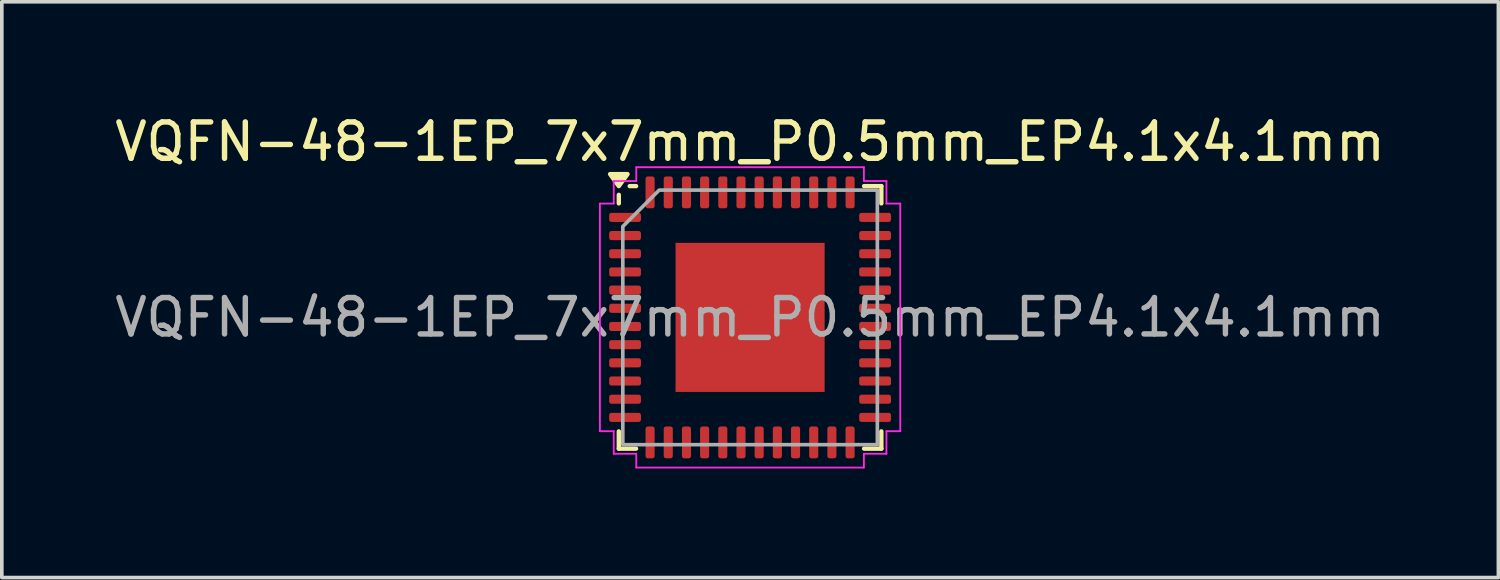
<source format=kicad_pcb>
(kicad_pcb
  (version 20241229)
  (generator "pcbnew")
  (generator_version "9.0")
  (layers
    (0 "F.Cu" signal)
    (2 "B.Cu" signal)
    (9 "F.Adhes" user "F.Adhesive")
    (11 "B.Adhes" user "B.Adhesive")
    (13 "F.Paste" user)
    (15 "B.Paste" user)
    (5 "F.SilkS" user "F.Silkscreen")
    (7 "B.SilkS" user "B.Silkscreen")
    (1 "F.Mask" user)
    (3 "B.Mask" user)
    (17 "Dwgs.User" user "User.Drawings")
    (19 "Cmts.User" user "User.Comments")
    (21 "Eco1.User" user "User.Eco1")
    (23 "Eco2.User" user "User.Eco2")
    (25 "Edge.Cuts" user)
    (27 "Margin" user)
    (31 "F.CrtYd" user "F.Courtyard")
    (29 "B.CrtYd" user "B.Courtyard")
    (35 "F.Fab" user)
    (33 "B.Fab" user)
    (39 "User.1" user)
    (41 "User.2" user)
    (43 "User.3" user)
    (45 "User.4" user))
  (footprint "VQFN-48-1EP_7x7mm_P0.5mm_EP4.1x4.1mm"
    (layer "F.Cu")
    (at 17.577 5.678)
    (property "Reference" "VQFN-48-1EP_7x7mm_P0.5mm_EP4.1x4.1mm" (at 0 -4.83 0) (layer "F.SilkS") (effects (font (size 1 1) (thickness 0.15))))
    (attr smd)
    (fp_line (start -3.61 -3.135) (end -3.61 -3.37) (stroke (width 0.12) (type solid)) (layer "F.SilkS"))
    (fp_line (start -3.61 3.61) (end -3.61 3.135) (stroke (width 0.12) (type solid)) (layer "F.SilkS"))
    (fp_line (start -3.135 -3.61) (end -3.31 -3.61) (stroke (width 0.12) (type solid)) (layer "F.SilkS"))
    (fp_line (start -3.135 3.61) (end -3.61 3.61) (stroke (width 0.12) (type solid)) (layer "F.SilkS"))
    (fp_line (start 3.135 -3.61) (end 3.61 -3.61) (stroke (width 0.12) (type solid)) (layer "F.SilkS"))
    (fp_line (start 3.135 3.61) (end 3.61 3.61) (stroke (width 0.12) (type solid)) (layer "F.SilkS"))
    (fp_line (start 3.61 -3.61) (end 3.61 -3.135) (stroke (width 0.12) (type solid)) (layer "F.SilkS"))
    (fp_line (start 3.61 3.61) (end 3.61 3.135) (stroke (width 0.12) (type solid)) (layer "F.SilkS"))
    (fp_poly (pts (xy -3.61 -3.61) (xy -3.85 -3.94) (xy -3.37 -3.94)) (stroke (width 0.12) (type solid)) (fill yes) (layer "F.SilkS"))
    (fp_line (start -4.13 -3.13) (end -3.75 -3.13) (stroke (width 0.05) (type solid)) (layer "F.CrtYd"))
    (fp_line (start -4.13 3.13) (end -4.13 -3.13) (stroke (width 0.05) (type solid)) (layer "F.CrtYd"))
    (fp_line (start -3.75 -3.75) (end -3.13 -3.75) (stroke (width 0.05) (type solid)) (layer "F.CrtYd"))
    (fp_line (start -3.75 -3.13) (end -3.75 -3.75) (stroke (width 0.05) (type solid)) (layer "F.CrtYd"))
    (fp_line (start -3.75 3.13) (end -4.13 3.13) (stroke (width 0.05) (type solid)) (layer "F.CrtYd"))
    (fp_line (start -3.75 3.75) (end -3.75 3.13) (stroke (width 0.05) (type solid)) (layer "F.CrtYd"))
    (fp_line (start -3.13 -4.13) (end 3.13 -4.13) (stroke (width 0.05) (type solid)) (layer "F.CrtYd"))
    (fp_line (start -3.13 -3.75) (end -3.13 -4.13) (stroke (width 0.05) (type solid)) (layer "F.CrtYd"))
    (fp_line (start -3.13 3.75) (end -3.75 3.75) (stroke (width 0.05) (type solid)) (layer "F.CrtYd"))
    (fp_line (start -3.13 4.13) (end -3.13 3.75) (stroke (width 0.05) (type solid)) (layer "F.CrtYd"))
    (fp_line (start 3.13 -4.13) (end 3.13 -3.75) (stroke (width 0.05) (type solid)) (layer "F.CrtYd"))
    (fp_line (start 3.13 -3.75) (end 3.75 -3.75) (stroke (width 0.05) (type solid)) (layer "F.CrtYd"))
    (fp_line (start 3.13 3.75) (end 3.13 4.13) (stroke (width 0.05) (type solid)) (layer "F.CrtYd"))
    (fp_line (start 3.13 4.13) (end -3.13 4.13) (stroke (width 0.05) (type solid)) (layer "F.CrtYd"))
    (fp_line (start 3.75 -3.75) (end 3.75 -3.13) (stroke (width 0.05) (type solid)) (layer "F.CrtYd"))
    (fp_line (start 3.75 -3.13) (end 4.13 -3.13) (stroke (width 0.05) (type solid)) (layer "F.CrtYd"))
    (fp_line (start 3.75 3.13) (end 3.75 3.75) (stroke (width 0.05) (type solid)) (layer "F.CrtYd"))
    (fp_line (start 3.75 3.75) (end 3.13 3.75) (stroke (width 0.05) (type solid)) (layer "F.CrtYd"))
    (fp_line (start 4.13 -3.13) (end 4.13 3.13) (stroke (width 0.05) (type solid)) (layer "F.CrtYd"))
    (fp_line (start 4.13 3.13) (end 3.75 3.13) (stroke (width 0.05) (type solid)) (layer "F.CrtYd"))
    (fp_poly (pts (xy -3.5 -2.5) (xy -3.5 3.5) (xy 3.5 3.5) (xy 3.5 -3.5) (xy -2.5 -3.5)) (stroke (width 0.1) (type solid)) (fill no) (layer "F.Fab"))
    (fp_text user "${REFERENCE}" (at 0 0 0) (layer "F.Fab") (effects (font (size 1 1) (thickness 0.15))))
    (pad "" smd roundrect (at -1.37 -1.37) (size 1.1 1.1) (layers "F.Paste") (roundrect_rratio 0.227))
    (pad "" smd roundrect (at -1.37 0) (size 1.1 1.1) (layers "F.Paste") (roundrect_rratio 0.227))
    (pad "" smd roundrect (at -1.37 1.37) (size 1.1 1.1) (layers "F.Paste") (roundrect_rratio 0.227))
    (pad "" smd roundrect (at 0 -1.37) (size 1.1 1.1) (layers "F.Paste") (roundrect_rratio 0.227))
    (pad "" smd roundrect (at 0 0) (size 1.1 1.1) (layers "F.Paste") (roundrect_rratio 0.227))
    (pad "" smd roundrect (at 0 1.37) (size 1.1 1.1) (layers "F.Paste") (roundrect_rratio 0.227))
    (pad "" smd roundrect (at 1.37 -1.37) (size 1.1 1.1) (layers "F.Paste") (roundrect_rratio 0.227))
    (pad "" smd roundrect (at 1.37 0) (size 1.1 1.1) (layers "F.Paste") (roundrect_rratio 0.227))
    (pad "" smd roundrect (at 1.37 1.37) (size 1.1 1.1) (layers "F.Paste") (roundrect_rratio 0.227))
    (pad "1" smd roundrect (at -3.438 -2.75) (size 0.875 0.25) (layers "F.Cu" "F.Mask" "F.Paste") (roundrect_rratio 0.25))
    (pad "2" smd roundrect (at -3.438 -2.25) (size 0.875 0.25) (layers "F.Cu" "F.Mask" "F.Paste") (roundrect_rratio 0.25))
    (pad "3" smd roundrect (at -3.438 -1.75) (size 0.875 0.25) (layers "F.Cu" "F.Mask" "F.Paste") (roundrect_rratio 0.25))
    (pad "4" smd roundrect (at -3.438 -1.25) (size 0.875 0.25) (layers "F.Cu" "F.Mask" "F.Paste") (roundrect_rratio 0.25))
    (pad "5" smd roundrect (at -3.438 -0.75) (size 0.875 0.25) (layers "F.Cu" "F.Mask" "F.Paste") (roundrect_rratio 0.25))
    (pad "6" smd roundrect (at -3.438 -0.25) (size 0.875 0.25) (layers "F.Cu" "F.Mask" "F.Paste") (roundrect_rratio 0.25))
    (pad "7" smd roundrect (at -3.438 0.25) (size 0.875 0.25) (layers "F.Cu" "F.Mask" "F.Paste") (roundrect_rratio 0.25))
    (pad "8" smd roundrect (at -3.438 0.75) (size 0.875 0.25) (layers "F.Cu" "F.Mask" "F.Paste") (roundrect_rratio 0.25))
    (pad "9" smd roundrect (at -3.438 1.25) (size 0.875 0.25) (layers "F.Cu" "F.Mask" "F.Paste") (roundrect_rratio 0.25))
    (pad "10" smd roundrect (at -3.438 1.75) (size 0.875 0.25) (layers "F.Cu" "F.Mask" "F.Paste") (roundrect_rratio 0.25))
    (pad "11" smd roundrect (at -3.438 2.25) (size 0.875 0.25) (layers "F.Cu" "F.Mask" "F.Paste") (roundrect_rratio 0.25))
    (pad "12" smd roundrect (at -3.438 2.75) (size 0.875 0.25) (layers "F.Cu" "F.Mask" "F.Paste") (roundrect_rratio 0.25))
    (pad "13" smd roundrect (at -2.75 3.438) (size 0.25 0.875) (layers "F.Cu" "F.Mask" "F.Paste") (roundrect_rratio 0.25))
    (pad "14" smd roundrect (at -2.25 3.438) (size 0.25 0.875) (layers "F.Cu" "F.Mask" "F.Paste") (roundrect_rratio 0.25))
    (pad "15" smd roundrect (at -1.75 3.438) (size 0.25 0.875) (layers "F.Cu" "F.Mask" "F.Paste") (roundrect_rratio 0.25))
    (pad "16" smd roundrect (at -1.25 3.438) (size 0.25 0.875) (layers "F.Cu" "F.Mask" "F.Paste") (roundrect_rratio 0.25))
    (pad "17" smd roundrect (at -0.75 3.438) (size 0.25 0.875) (layers "F.Cu" "F.Mask" "F.Paste") (roundrect_rratio 0.25))
    (pad "18" smd roundrect (at -0.25 3.438) (size 0.25 0.875) (layers "F.Cu" "F.Mask" "F.Paste") (roundrect_rratio 0.25))
    (pad "19" smd roundrect (at 0.25 3.438) (size 0.25 0.875) (layers "F.Cu" "F.Mask" "F.Paste") (roundrect_rratio 0.25))
    (pad "20" smd roundrect (at 0.75 3.438) (size 0.25 0.875) (layers "F.Cu" "F.Mask" "F.Paste") (roundrect_rratio 0.25))
    (pad "21" smd roundrect (at 1.25 3.438) (size 0.25 0.875) (layers "F.Cu" "F.Mask" "F.Paste") (roundrect_rratio 0.25))
    (pad "22" smd roundrect (at 1.75 3.438) (size 0.25 0.875) (layers "F.Cu" "F.Mask" "F.Paste") (roundrect_rratio 0.25))
    (pad "23" smd roundrect (at 2.25 3.438) (size 0.25 0.875) (layers "F.Cu" "F.Mask" "F.Paste") (roundrect_rratio 0.25))
    (pad "24" smd roundrect (at 2.75 3.438) (size 0.25 0.875) (layers "F.Cu" "F.Mask" "F.Paste") (roundrect_rratio 0.25))
    (pad "25" smd roundrect (at 3.438 2.75) (size 0.875 0.25) (layers "F.Cu" "F.Mask" "F.Paste") (roundrect_rratio 0.25))
    (pad "26" smd roundrect (at 3.438 2.25) (size 0.875 0.25) (layers "F.Cu" "F.Mask" "F.Paste") (roundrect_rratio 0.25))
    (pad "27" smd roundrect (at 3.438 1.75) (size 0.875 0.25) (layers "F.Cu" "F.Mask" "F.Paste") (roundrect_rratio 0.25))
    (pad "28" smd roundrect (at 3.438 1.25) (size 0.875 0.25) (layers "F.Cu" "F.Mask" "F.Paste") (roundrect_rratio 0.25))
    (pad "29" smd roundrect (at 3.438 0.75) (size 0.875 0.25) (layers "F.Cu" "F.Mask" "F.Paste") (roundrect_rratio 0.25))
    (pad "30" smd roundrect (at 3.438 0.25) (size 0.875 0.25) (layers "F.Cu" "F.Mask" "F.Paste") (roundrect_rratio 0.25))
    (pad "31" smd roundrect (at 3.438 -0.25) (size 0.875 0.25) (layers "F.Cu" "F.Mask" "F.Paste") (roundrect_rratio 0.25))
    (pad "32" smd roundrect (at 3.438 -0.75) (size 0.875 0.25) (layers "F.Cu" "F.Mask" "F.Paste") (roundrect_rratio 0.25))
    (pad "33" smd roundrect (at 3.438 -1.25) (size 0.875 0.25) (layers "F.Cu" "F.Mask" "F.Paste") (roundrect_rratio 0.25))
    (pad "34" smd roundrect (at 3.438 -1.75) (size 0.875 0.25) (layers "F.Cu" "F.Mask" "F.Paste") (roundrect_rratio 0.25))
    (pad "35" smd roundrect (at 3.438 -2.25) (size 0.875 0.25) (layers "F.Cu" "F.Mask" "F.Paste") (roundrect_rratio 0.25))
    (pad "36" smd roundrect (at 3.438 -2.75) (size 0.875 0.25) (layers "F.Cu" "F.Mask" "F.Paste") (roundrect_rratio 0.25))
    (pad "37" smd roundrect (at 2.75 -3.438) (size 0.25 0.875) (layers "F.Cu" "F.Mask" "F.Paste") (roundrect_rratio 0.25))
    (pad "38" smd roundrect (at 2.25 -3.438) (size 0.25 0.875) (layers "F.Cu" "F.Mask" "F.Paste") (roundrect_rratio 0.25))
    (pad "39" smd roundrect (at 1.75 -3.438) (size 0.25 0.875) (layers "F.Cu" "F.Mask" "F.Paste") (roundrect_rratio 0.25))
    (pad "40" smd roundrect (at 1.25 -3.438) (size 0.25 0.875) (layers "F.Cu" "F.Mask" "F.Paste") (roundrect_rratio 0.25))
    (pad "41" smd roundrect (at 0.75 -3.438) (size 0.25 0.875) (layers "F.Cu" "F.Mask" "F.Paste") (roundrect_rratio 0.25))
    (pad "42" smd roundrect (at 0.25 -3.438) (size 0.25 0.875) (layers "F.Cu" "F.Mask" "F.Paste") (roundrect_rratio 0.25))
    (pad "43" smd roundrect (at -0.25 -3.438) (size 0.25 0.875) (layers "F.Cu" "F.Mask" "F.Paste") (roundrect_rratio 0.25))
    (pad "44" smd roundrect (at -0.75 -3.438) (size 0.25 0.875) (layers "F.Cu" "F.Mask" "F.Paste") (roundrect_rratio 0.25))
    (pad "45" smd roundrect (at -1.25 -3.438) (size 0.25 0.875) (layers "F.Cu" "F.Mask" "F.Paste") (roundrect_rratio 0.25))
    (pad "46" smd roundrect (at -1.75 -3.438) (size 0.25 0.875) (layers "F.Cu" "F.Mask" "F.Paste") (roundrect_rratio 0.25))
    (pad "47" smd roundrect (at -2.25 -3.438) (size 0.25 0.875) (layers "F.Cu" "F.Mask" "F.Paste") (roundrect_rratio 0.25))
    (pad "48" smd roundrect (at -2.75 -3.438) (size 0.25 0.875) (layers "F.Cu" "F.Mask" "F.Paste") (roundrect_rratio 0.25))
    (pad "49" smd rect (at 0 0) (size 4.1 4.1) (property pad_prop_heatsink) (layers "F.Cu" "F.Mask")))
  (gr_rect
    (start -3 -3)
    (end 38.155 12.833)
    (stroke (width 0.1) (type default))
    (fill no)
    (layer "Edge.Cuts")))
</source>
